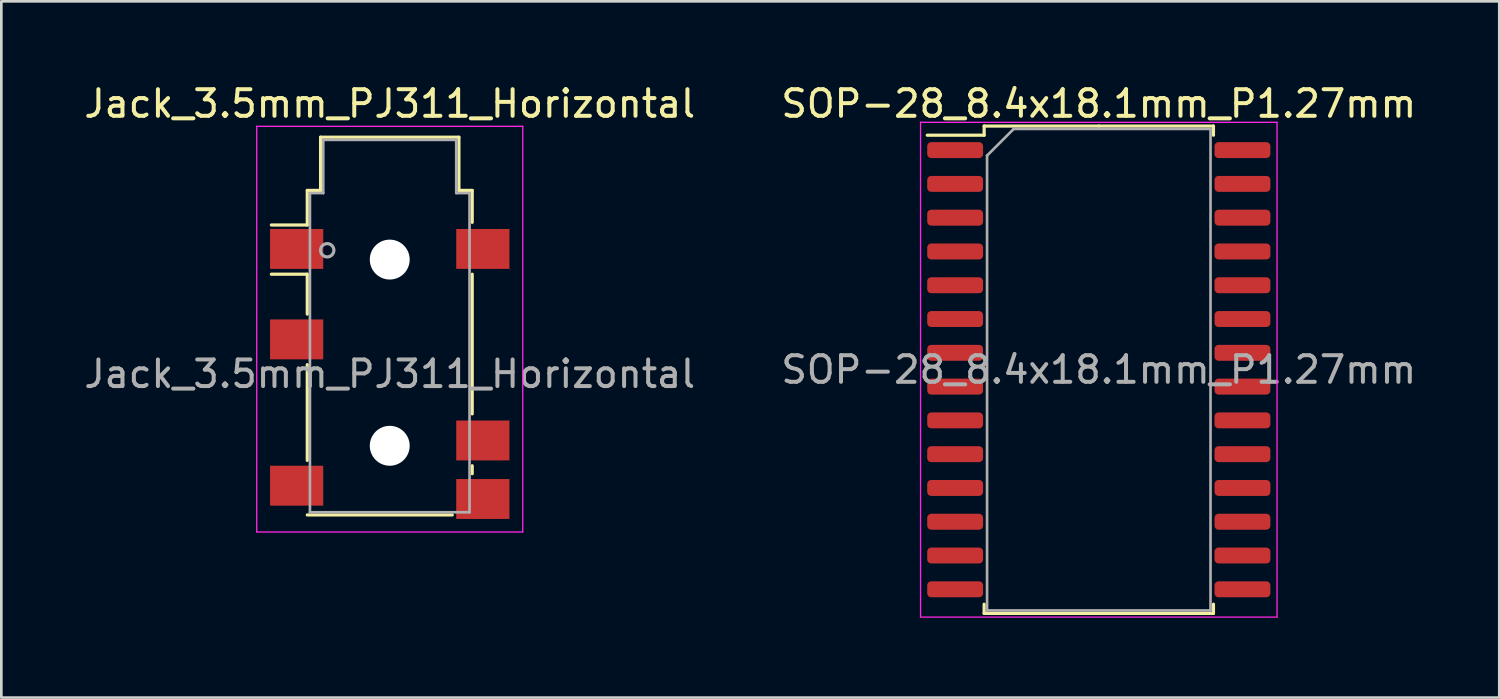
<source format=kicad_pcb>
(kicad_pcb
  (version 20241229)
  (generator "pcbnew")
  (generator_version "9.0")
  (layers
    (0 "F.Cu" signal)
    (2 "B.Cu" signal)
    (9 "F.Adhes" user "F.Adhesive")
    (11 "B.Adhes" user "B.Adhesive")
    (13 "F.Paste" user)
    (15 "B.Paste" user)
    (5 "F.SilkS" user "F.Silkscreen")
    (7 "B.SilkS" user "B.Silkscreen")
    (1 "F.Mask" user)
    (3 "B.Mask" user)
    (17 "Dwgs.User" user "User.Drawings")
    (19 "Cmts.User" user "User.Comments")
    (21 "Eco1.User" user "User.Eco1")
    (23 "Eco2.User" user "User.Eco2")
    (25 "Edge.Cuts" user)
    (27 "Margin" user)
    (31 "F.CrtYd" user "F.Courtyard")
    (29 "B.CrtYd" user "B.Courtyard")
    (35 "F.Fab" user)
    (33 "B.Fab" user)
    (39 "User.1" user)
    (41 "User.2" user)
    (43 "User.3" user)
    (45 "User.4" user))
  (footprint "SOP-28_8.4x18.1mm_P1.27mm"
    (layer "F.Cu")
    (at 38.256 10.848)
    (property "Reference" "SOP-28_8.4x18.1mm_P1.27mm" (at 0 -10 0) (layer "F.SilkS") (effects (font (size 1 1) (thickness 0.15))))
    (attr smd)
    (fp_line (start -4.31 -9.16) (end -4.31 -8.815) (stroke (width 0.12) (type solid)) (layer "F.SilkS"))
    (fp_line (start -4.31 -8.815) (end -6.45 -8.815) (stroke (width 0.12) (type solid)) (layer "F.SilkS"))
    (fp_line (start -4.31 9.16) (end -4.31 8.815) (stroke (width 0.12) (type solid)) (layer "F.SilkS"))
    (fp_line (start 0 -9.16) (end -4.31 -9.16) (stroke (width 0.12) (type solid)) (layer "F.SilkS"))
    (fp_line (start 0 -9.16) (end 4.31 -9.16) (stroke (width 0.12) (type solid)) (layer "F.SilkS"))
    (fp_line (start 0 9.16) (end -4.31 9.16) (stroke (width 0.12) (type solid)) (layer "F.SilkS"))
    (fp_line (start 0 9.16) (end 4.31 9.16) (stroke (width 0.12) (type solid)) (layer "F.SilkS"))
    (fp_line (start 4.31 -9.16) (end 4.31 -8.815) (stroke (width 0.12) (type solid)) (layer "F.SilkS"))
    (fp_line (start 4.31 9.16) (end 4.31 8.815) (stroke (width 0.12) (type solid)) (layer "F.SilkS"))
    (fp_line (start -6.7 -9.3) (end -6.7 9.3) (stroke (width 0.05) (type solid)) (layer "F.CrtYd"))
    (fp_line (start -6.7 9.3) (end 6.7 9.3) (stroke (width 0.05) (type solid)) (layer "F.CrtYd"))
    (fp_line (start 6.7 -9.3) (end -6.7 -9.3) (stroke (width 0.05) (type solid)) (layer "F.CrtYd"))
    (fp_line (start 6.7 9.3) (end 6.7 -9.3) (stroke (width 0.05) (type solid)) (layer "F.CrtYd"))
    (fp_line (start -4.2 -8.05) (end -3.2 -9.05) (stroke (width 0.1) (type solid)) (layer "F.Fab"))
    (fp_line (start -4.2 9.05) (end -4.2 -8.05) (stroke (width 0.1) (type solid)) (layer "F.Fab"))
    (fp_line (start -3.2 -9.05) (end 4.2 -9.05) (stroke (width 0.1) (type solid)) (layer "F.Fab"))
    (fp_line (start 4.2 -9.05) (end 4.2 9.05) (stroke (width 0.1) (type solid)) (layer "F.Fab"))
    (fp_line (start 4.2 9.05) (end -4.2 9.05) (stroke (width 0.1) (type solid)) (layer "F.Fab"))
    (fp_text user "${REFERENCE}" (at 0 0 0) (layer "F.Fab") (effects (font (size 1 1) (thickness 0.15))))
    (pad "1" smd roundrect (at -5.4 -8.255) (size 2.1 0.6) (layers "F.Cu" "F.Mask" "F.Paste") (roundrect_rratio 0.25))
    (pad "2" smd roundrect (at -5.4 -6.985) (size 2.1 0.6) (layers "F.Cu" "F.Mask" "F.Paste") (roundrect_rratio 0.25))
    (pad "3" smd roundrect (at -5.4 -5.715) (size 2.1 0.6) (layers "F.Cu" "F.Mask" "F.Paste") (roundrect_rratio 0.25))
    (pad "4" smd roundrect (at -5.4 -4.445) (size 2.1 0.6) (layers "F.Cu" "F.Mask" "F.Paste") (roundrect_rratio 0.25))
    (pad "5" smd roundrect (at -5.4 -3.175) (size 2.1 0.6) (layers "F.Cu" "F.Mask" "F.Paste") (roundrect_rratio 0.25))
    (pad "6" smd roundrect (at -5.4 -1.905) (size 2.1 0.6) (layers "F.Cu" "F.Mask" "F.Paste") (roundrect_rratio 0.25))
    (pad "7" smd roundrect (at -5.4 -0.635) (size 2.1 0.6) (layers "F.Cu" "F.Mask" "F.Paste") (roundrect_rratio 0.25))
    (pad "8" smd roundrect (at -5.4 0.635) (size 2.1 0.6) (layers "F.Cu" "F.Mask" "F.Paste") (roundrect_rratio 0.25))
    (pad "9" smd roundrect (at -5.4 1.905) (size 2.1 0.6) (layers "F.Cu" "F.Mask" "F.Paste") (roundrect_rratio 0.25))
    (pad "10" smd roundrect (at -5.4 3.175) (size 2.1 0.6) (layers "F.Cu" "F.Mask" "F.Paste") (roundrect_rratio 0.25))
    (pad "11" smd roundrect (at -5.4 4.445) (size 2.1 0.6) (layers "F.Cu" "F.Mask" "F.Paste") (roundrect_rratio 0.25))
    (pad "12" smd roundrect (at -5.4 5.715) (size 2.1 0.6) (layers "F.Cu" "F.Mask" "F.Paste") (roundrect_rratio 0.25))
    (pad "13" smd roundrect (at -5.4 6.985) (size 2.1 0.6) (layers "F.Cu" "F.Mask" "F.Paste") (roundrect_rratio 0.25))
    (pad "14" smd roundrect (at -5.4 8.255) (size 2.1 0.6) (layers "F.Cu" "F.Mask" "F.Paste") (roundrect_rratio 0.25))
    (pad "15" smd roundrect (at 5.4 8.255) (size 2.1 0.6) (layers "F.Cu" "F.Mask" "F.Paste") (roundrect_rratio 0.25))
    (pad "16" smd roundrect (at 5.4 6.985) (size 2.1 0.6) (layers "F.Cu" "F.Mask" "F.Paste") (roundrect_rratio 0.25))
    (pad "17" smd roundrect (at 5.4 5.715) (size 2.1 0.6) (layers "F.Cu" "F.Mask" "F.Paste") (roundrect_rratio 0.25))
    (pad "18" smd roundrect (at 5.4 4.445) (size 2.1 0.6) (layers "F.Cu" "F.Mask" "F.Paste") (roundrect_rratio 0.25))
    (pad "19" smd roundrect (at 5.4 3.175) (size 2.1 0.6) (layers "F.Cu" "F.Mask" "F.Paste") (roundrect_rratio 0.25))
    (pad "20" smd roundrect (at 5.4 1.905) (size 2.1 0.6) (layers "F.Cu" "F.Mask" "F.Paste") (roundrect_rratio 0.25))
    (pad "21" smd roundrect (at 5.4 0.635) (size 2.1 0.6) (layers "F.Cu" "F.Mask" "F.Paste") (roundrect_rratio 0.25))
    (pad "22" smd roundrect (at 5.4 -0.635) (size 2.1 0.6) (layers "F.Cu" "F.Mask" "F.Paste") (roundrect_rratio 0.25))
    (pad "23" smd roundrect (at 5.4 -1.905) (size 2.1 0.6) (layers "F.Cu" "F.Mask" "F.Paste") (roundrect_rratio 0.25))
    (pad "24" smd roundrect (at 5.4 -3.175) (size 2.1 0.6) (layers "F.Cu" "F.Mask" "F.Paste") (roundrect_rratio 0.25))
    (pad "25" smd roundrect (at 5.4 -4.445) (size 2.1 0.6) (layers "F.Cu" "F.Mask" "F.Paste") (roundrect_rratio 0.25))
    (pad "26" smd roundrect (at 5.4 -5.715) (size 2.1 0.6) (layers "F.Cu" "F.Mask" "F.Paste") (roundrect_rratio 0.25))
    (pad "27" smd roundrect (at 5.4 -6.985) (size 2.1 0.6) (layers "F.Cu" "F.Mask" "F.Paste") (roundrect_rratio 0.25))
    (pad "28" smd roundrect (at 5.4 -8.255) (size 2.1 0.6) (layers "F.Cu" "F.Mask" "F.Paste") (roundrect_rratio 0.25)))
  (footprint "Jack_3.5mm_PJ311_Horizontal"
    (layer "F.Cu")
    (at 11.601 4.108)
    (property "Reference" "Jack_3.5mm_PJ311_Horizontal" (at 0 -3.26 0) (layer "F.SilkS") (effects (font (size 1 1) (thickness 0.15))))
    (attr smd)
    (fp_line (start -3.1 0) (end -2.6 0) (stroke (width 0.12) (type solid)) (layer "F.SilkS"))
    (fp_line (start -3.1 1.3) (end -4.45 1.3) (stroke (width 0.12) (type solid)) (layer "F.SilkS"))
    (fp_line (start -3.1 1.3) (end -3.1 0) (stroke (width 0.12) (type solid)) (layer "F.SilkS"))
    (fp_line (start -3.1 3.15) (end -4.45 3.15) (stroke (width 0.12) (type solid)) (layer "F.SilkS"))
    (fp_line (start -3.1 4.65) (end -3.1 3.15) (stroke (width 0.12) (type solid)) (layer "F.SilkS"))
    (fp_line (start -3.1 10.15) (end -3.1 6.55) (stroke (width 0.12) (type solid)) (layer "F.SilkS"))
    (fp_line (start -2.6 -2) (end 2.6 -2) (stroke (width 0.12) (type solid)) (layer "F.SilkS"))
    (fp_line (start -2.6 0) (end -2.6 -2) (stroke (width 0.12) (type solid)) (layer "F.SilkS"))
    (fp_line (start 2.35 12.2) (end -3.1 12.2) (stroke (width 0.12) (type solid)) (layer "F.SilkS"))
    (fp_line (start 2.6 -2) (end 2.6 0) (stroke (width 0.12) (type solid)) (layer "F.SilkS"))
    (fp_line (start 2.6 0) (end 3.1 0) (stroke (width 0.12) (type solid)) (layer "F.SilkS"))
    (fp_line (start 3.1 0) (end 3.1 1.2) (stroke (width 0.12) (type solid)) (layer "F.SilkS"))
    (fp_line (start 3.1 3.15) (end 3.1 8.4) (stroke (width 0.12) (type solid)) (layer "F.SilkS"))
    (fp_line (start 3.1 10.35) (end 3.1 10.65) (stroke (width 0.12) (type solid)) (layer "F.SilkS"))
    (fp_line (start -5 -2.41) (end -5 12.84) (stroke (width 0.05) (type solid)) (layer "F.CrtYd"))
    (fp_line (start -5 -2.41) (end 5 -2.41) (stroke (width 0.05) (type solid)) (layer "F.CrtYd"))
    (fp_line (start -5 12.84) (end 5 12.84) (stroke (width 0.05) (type solid)) (layer "F.CrtYd"))
    (fp_line (start 5 12.84) (end 5 -2.41) (stroke (width 0.05) (type solid)) (layer "F.CrtYd"))
    (fp_line (start -3 0.1) (end -3 12.1) (stroke (width 0.1) (type solid)) (layer "F.Fab"))
    (fp_line (start -3 12.1) (end 3 12.1) (stroke (width 0.1) (type solid)) (layer "F.Fab"))
    (fp_line (start -2.5 -1.9) (end -2.5 0.1) (stroke (width 0.1) (type solid)) (layer "F.Fab"))
    (fp_line (start -2.5 0.1) (end -3 0.1) (stroke (width 0.1) (type solid)) (layer "F.Fab"))
    (fp_line (start 2.5 -1.9) (end -2.5 -1.9) (stroke (width 0.1) (type solid)) (layer "F.Fab"))
    (fp_line (start 2.5 0.1) (end 2.5 -1.9) (stroke (width 0.1) (type solid)) (layer "F.Fab"))
    (fp_line (start 3 0.1) (end 2.5 0.1) (stroke (width 0.1) (type solid)) (layer "F.Fab"))
    (fp_line (start 3 12.1) (end 3 0.1) (stroke (width 0.1) (type solid)) (layer "F.Fab"))
    (fp_circle (center -2.35 2.25) (end -2.1 2.25) (stroke (width 0.12) (type solid)) (fill no) (layer "F.Fab"))
    (fp_text user "${REFERENCE}" (at 0 6.9 0) (layer "F.Fab") (effects (font (size 1 1) (thickness 0.15))))
    (pad "" np_thru_hole circle (at 0 2.6) (size 1.5 1.5) (drill 1.5) (layers "*.Cu" "*.Mask"))
    (pad "" np_thru_hole circle (at 0 9.6) (size 1.5 1.5) (drill 1.5) (layers "*.Cu" "*.Mask"))
    (pad "R1" smd rect (at -3.5 5.6) (size 2 1.5) (layers "F.Cu" "F.Mask" "F.Paste"))
    (pad "R1N" smd rect (at -3.5 11.1) (size 2 1.5) (layers "F.Cu" "F.Mask" "F.Paste"))
    (pad "R2" smd rect (at 3.5 2.2) (size 2 1.5) (layers "F.Cu" "F.Mask" "F.Paste"))
    (pad "S" smd rect (at -3.5 2.2) (size 2 1.5) (layers "F.Cu" "F.Mask" "F.Paste"))
    (pad "T" smd rect (at 3.5 9.4) (size 2 1.5) (layers "F.Cu" "F.Mask" "F.Paste"))
    (pad "TN" smd rect (at 3.5 11.6) (size 2 1.5) (layers "F.Cu" "F.Mask" "F.Paste")))
  (gr_rect
    (start -3 -3)
    (end 53.31 23.173)
    (stroke (width 0.1) (type default))
    (fill no)
    (layer "Edge.Cuts")))
</source>
